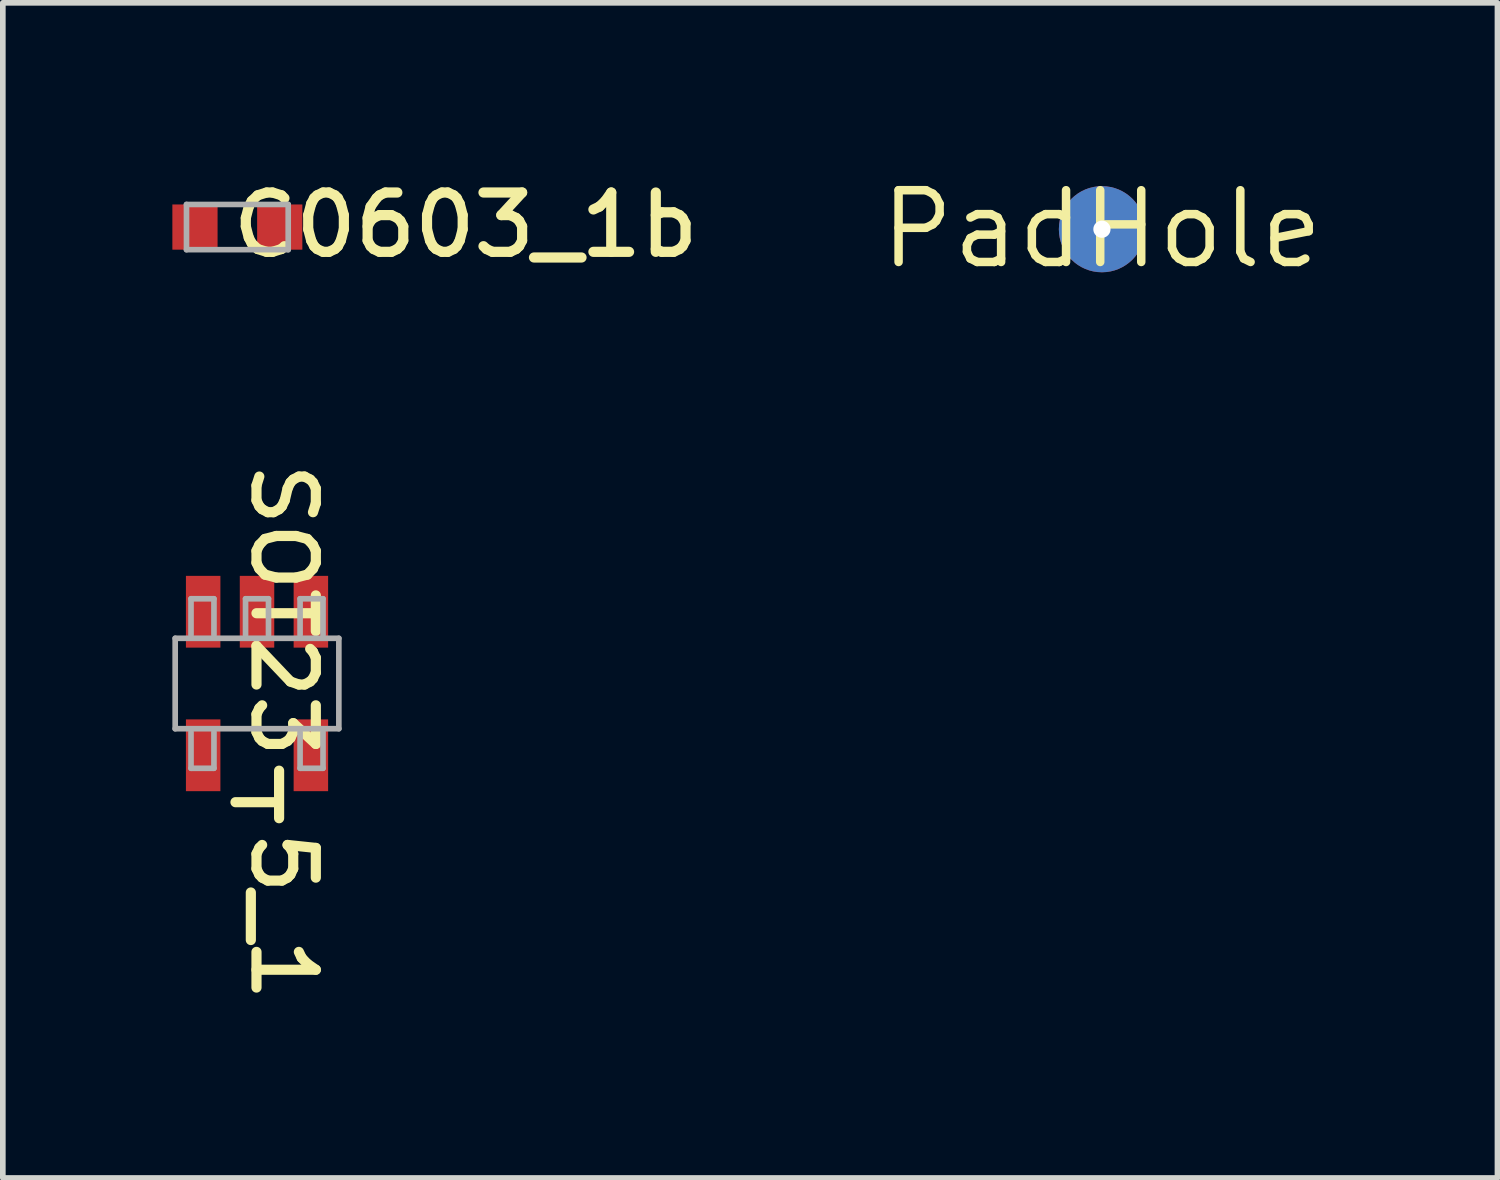
<source format=kicad_pcb>
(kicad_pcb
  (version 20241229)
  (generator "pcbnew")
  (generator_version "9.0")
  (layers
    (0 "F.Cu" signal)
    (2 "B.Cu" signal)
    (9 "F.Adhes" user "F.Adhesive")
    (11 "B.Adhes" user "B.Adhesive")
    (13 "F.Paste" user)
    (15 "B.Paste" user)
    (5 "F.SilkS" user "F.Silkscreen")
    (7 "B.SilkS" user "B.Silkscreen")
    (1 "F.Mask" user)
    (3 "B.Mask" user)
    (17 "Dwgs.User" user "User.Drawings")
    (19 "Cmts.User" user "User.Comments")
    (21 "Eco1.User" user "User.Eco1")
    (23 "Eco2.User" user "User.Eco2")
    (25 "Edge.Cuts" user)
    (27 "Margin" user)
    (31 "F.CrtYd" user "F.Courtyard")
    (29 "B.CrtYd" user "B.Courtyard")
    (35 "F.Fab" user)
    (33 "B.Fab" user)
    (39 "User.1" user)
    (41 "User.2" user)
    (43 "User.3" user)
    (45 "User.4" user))
  (footprint "PadHole"
    (layer "F.Cu")
    (at 16.449 1.006)
    (property "Reference" "PadHole" (at 0 0 0) (layer "F.SilkS") (effects (font (size 1.27 1.27) (thickness 0.15))))
    (attr through_hole)
    (pad "" thru_hole circle (at 0 0) (size 1.524 1.524) (drill 0.305) (layers "*.Cu" "*.Mask")))
  (footprint "SOT23-5_1"
    (layer "F.Cu")
    (at 1.498 9.045)
    (property "Reference" "SOT23-5_1" (at 0.467 0.859 270) (unlocked yes) (layer "F.SilkS") (effects (font (size 1.05 1.104) (thickness 0.18))))
    (attr smd)
    (fp_line (start -0.381 2.1) (end 0.381 2.1) (stroke (width 0.18) (type solid)) (layer "F.SilkS"))
    (fp_line (start -1.448 -0.8) (end 1.448 -0.8) (stroke (width 0.1) (type solid)) (layer "F.Fab"))
    (fp_line (start -1.448 0.8) (end -1.448 -0.8) (stroke (width 0.1) (type solid)) (layer "F.Fab"))
    (fp_line (start -1.448 0.8) (end 1.448 0.8) (stroke (width 0.1) (type solid)) (layer "F.Fab"))
    (fp_line (start -1.168 -1.5) (end -0.762 -1.5) (stroke (width 0.1) (type solid)) (layer "F.Fab"))
    (fp_line (start -1.168 -0.86) (end -1.168 -1.5) (stroke (width 0.1) (type solid)) (layer "F.Fab"))
    (fp_line (start -1.168 1.5) (end -1.168 0.86) (stroke (width 0.1) (type solid)) (layer "F.Fab"))
    (fp_line (start -1.168 1.5) (end -0.762 1.5) (stroke (width 0.1) (type solid)) (layer "F.Fab"))
    (fp_line (start -0.762 -0.86) (end -0.762 -1.5) (stroke (width 0.1) (type solid)) (layer "F.Fab"))
    (fp_line (start -0.762 1.5) (end -0.762 0.86) (stroke (width 0.1) (type solid)) (layer "F.Fab"))
    (fp_line (start -0.203 -1.5) (end 0.203 -1.5) (stroke (width 0.1) (type solid)) (layer "F.Fab"))
    (fp_line (start -0.203 -0.86) (end -0.203 -1.5) (stroke (width 0.1) (type solid)) (layer "F.Fab"))
    (fp_line (start 0.203 -0.86) (end 0.203 -1.5) (stroke (width 0.1) (type solid)) (layer "F.Fab"))
    (fp_line (start 0.762 -1.5) (end 1.168 -1.5) (stroke (width 0.1) (type solid)) (layer "F.Fab"))
    (fp_line (start 0.762 -0.86) (end 0.762 -1.5) (stroke (width 0.1) (type solid)) (layer "F.Fab"))
    (fp_line (start 0.762 1.5) (end 0.762 0.86) (stroke (width 0.1) (type solid)) (layer "F.Fab"))
    (fp_line (start 0.762 1.5) (end 1.168 1.5) (stroke (width 0.1) (type solid)) (layer "F.Fab"))
    (fp_line (start 1.168 -0.86) (end 1.168 -1.5) (stroke (width 0.1) (type solid)) (layer "F.Fab"))
    (fp_line (start 1.168 1.5) (end 1.168 0.86) (stroke (width 0.1) (type solid)) (layer "F.Fab"))
    (fp_line (start 1.448 0.8) (end 1.448 -0.8) (stroke (width 0.1) (type solid)) (layer "F.Fab"))
    (pad "1" smd rect (at 0.953 -1.27) (size 0.61 1.27) (layers "F.Cu" "F.Mask" "F.Paste"))
    (pad "2" smd rect (at 0 -1.27) (size 0.61 1.27) (layers "F.Cu" "F.Mask" "F.Paste"))
    (pad "3" smd rect (at -0.953 -1.27) (size 0.61 1.27) (layers "F.Cu" "F.Mask" "F.Paste"))
    (pad "4" smd rect (at -0.953 1.27) (size 0.61 1.27) (layers "F.Cu" "F.Mask" "F.Paste"))
    (pad "5" smd rect (at 0.953 1.27) (size 0.61 1.27) (layers "F.Cu" "F.Mask" "F.Paste")))
  (footprint "C0603_1b"
    (layer "F.Cu")
    (at 1.15 0.968)
    (property "Reference" "C0603_1b" (at 4.04 -0.038 0) (unlocked yes) (layer "F.SilkS") (effects (font (size 1.05 1.104) (thickness 0.18))))
    (attr smd)
    (fp_line (start -0.9 -0.4) (end 0.9 -0.4) (stroke (width 0.1) (type solid)) (layer "F.Fab"))
    (fp_line (start -0.9 0.4) (end -0.9 -0.4) (stroke (width 0.1) (type solid)) (layer "F.Fab"))
    (fp_line (start -0.9 0.4) (end 0.9 0.4) (stroke (width 0.1) (type solid)) (layer "F.Fab"))
    (fp_line (start 0.9 0.4) (end 0.9 -0.4) (stroke (width 0.1) (type solid)) (layer "F.Fab"))
    (pad "1" smd rect (at -0.75 0) (size 0.8 0.8) (layers "F.Cu" "F.Mask" "F.Paste"))
    (pad "2" smd rect (at 0.75 0) (size 0.8 0.8) (layers "F.Cu" "F.Mask" "F.Paste")))
  (gr_rect
    (start -3 -3)
    (end 23.448 17.794)
    (stroke (width 0.1) (type default))
    (fill no)
    (layer "Edge.Cuts")))
</source>
